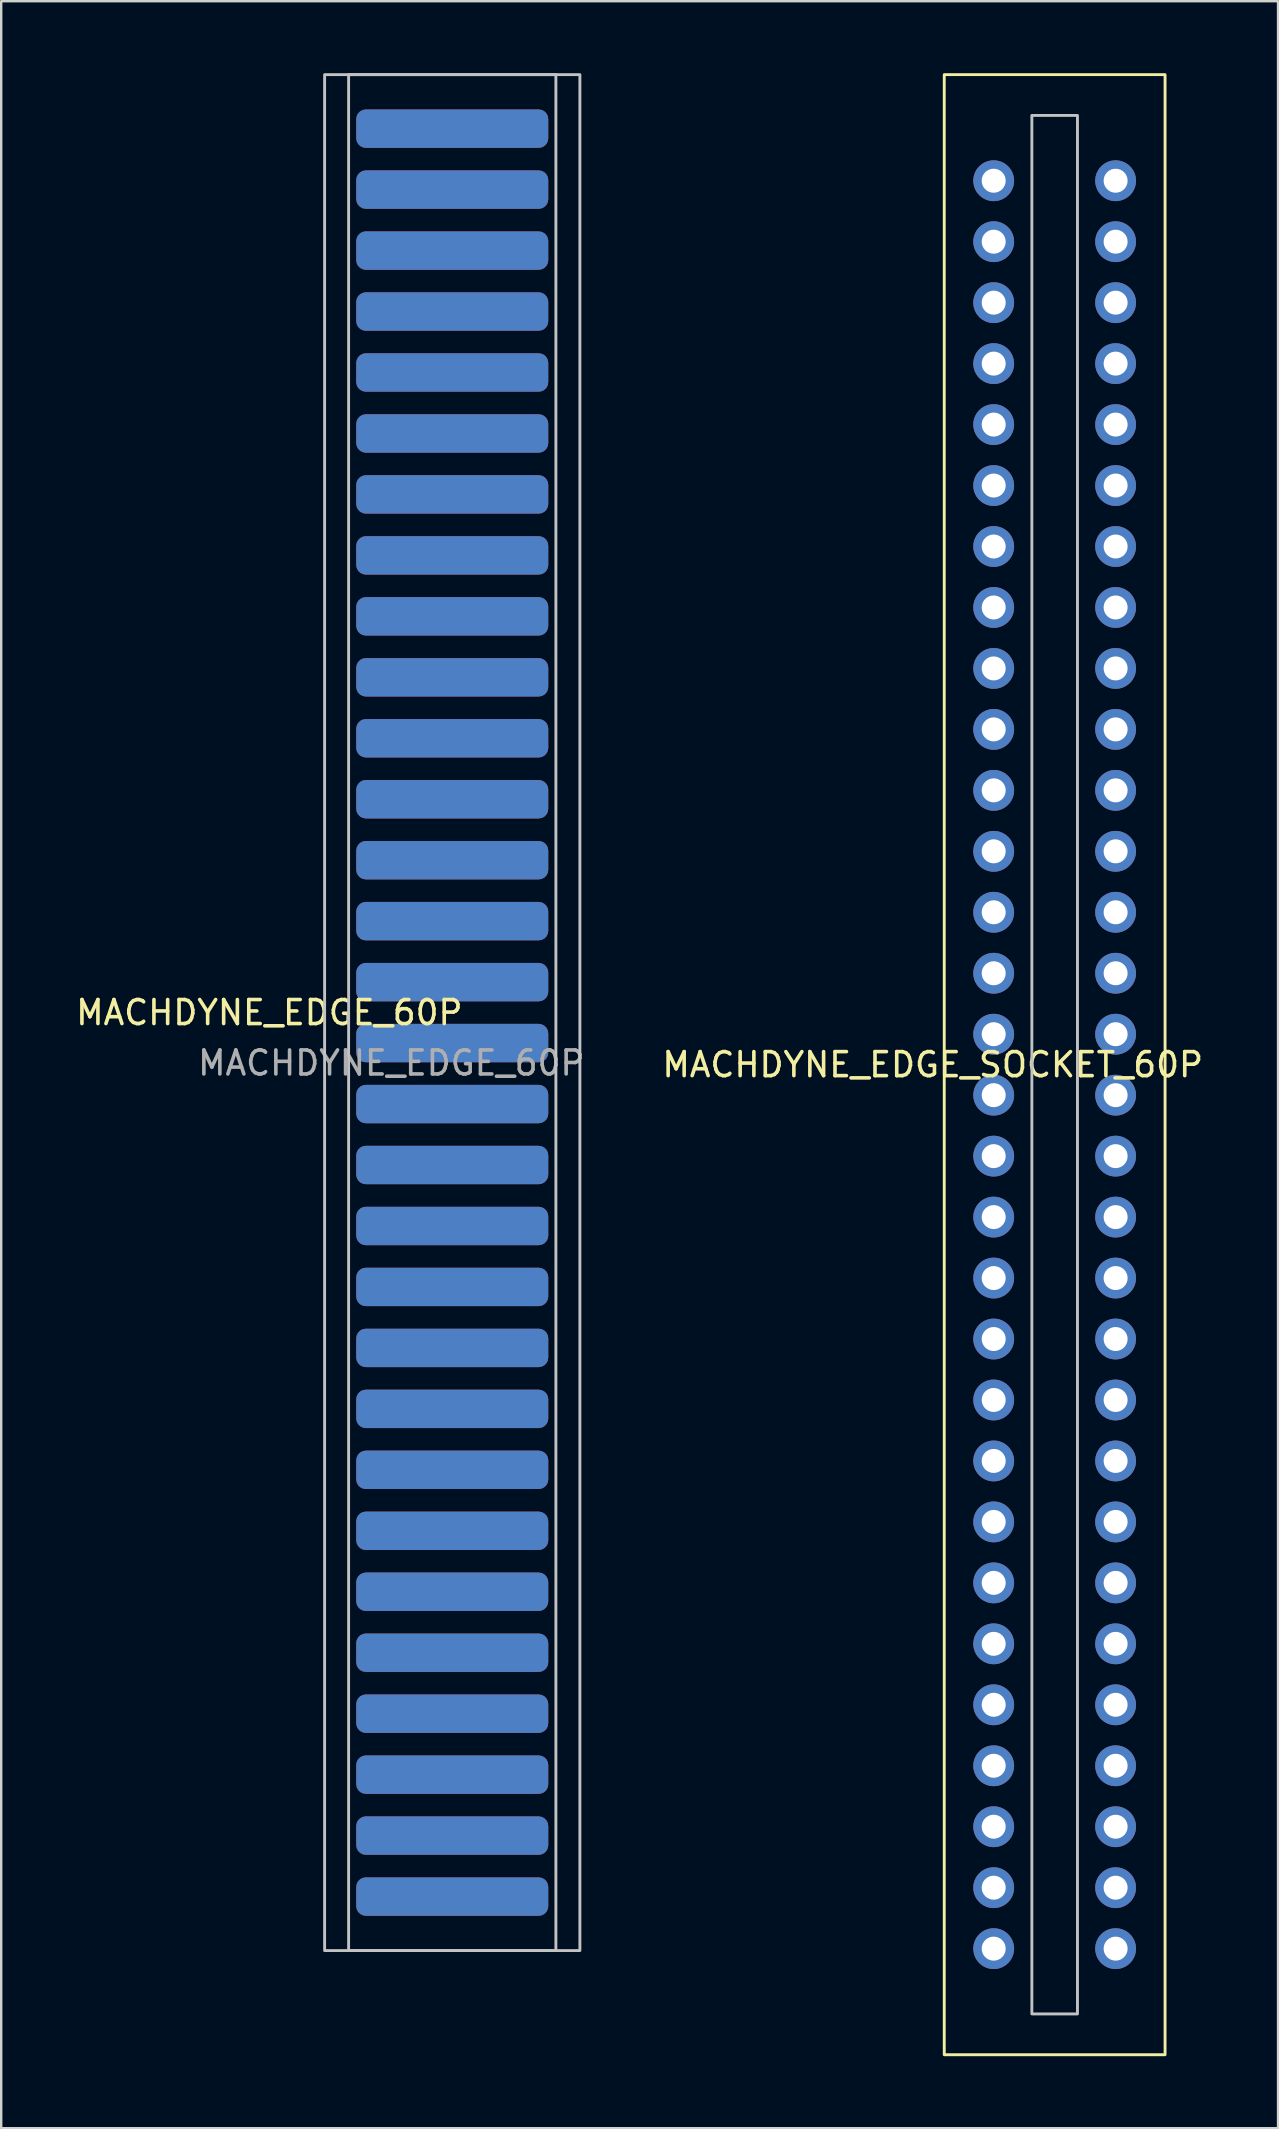
<source format=kicad_pcb>
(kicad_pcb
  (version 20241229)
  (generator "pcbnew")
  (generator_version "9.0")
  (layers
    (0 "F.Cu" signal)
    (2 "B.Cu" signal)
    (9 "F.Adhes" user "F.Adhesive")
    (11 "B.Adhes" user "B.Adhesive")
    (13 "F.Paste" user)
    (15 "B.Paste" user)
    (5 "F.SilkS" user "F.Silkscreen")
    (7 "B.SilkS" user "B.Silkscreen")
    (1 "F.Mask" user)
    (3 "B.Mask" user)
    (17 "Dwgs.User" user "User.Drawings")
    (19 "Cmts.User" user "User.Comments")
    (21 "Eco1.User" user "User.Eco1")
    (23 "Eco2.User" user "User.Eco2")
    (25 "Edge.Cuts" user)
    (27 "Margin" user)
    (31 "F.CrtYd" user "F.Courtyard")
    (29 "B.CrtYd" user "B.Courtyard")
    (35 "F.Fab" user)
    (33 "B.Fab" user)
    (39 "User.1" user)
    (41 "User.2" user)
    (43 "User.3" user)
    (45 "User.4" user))
  (footprint "MACHDYNE_EDGE_60P"
    (layer "F.Cu")
    (at 15.793 39.14)
    (property "Reference" "MACHDYNE_EDGE_60P" (at -7.62 0 0) (unlocked yes) (layer "F.SilkS") (effects (font (size 1 1) (thickness 0.15))))
    (attr smd)
    (fp_rect (start 4.318 -39.08) (end -4.318 39.08) (stroke (width 0.12) (type solid)) (fill no) (layer "Dwgs.User"))
    (fp_rect (start 5.318 -39.08) (end -5.318 39.08) (stroke (width 0.12) (type solid)) (fill no) (layer "Dwgs.User"))
    (fp_text user "${REFERENCE}" (at -2.54 2.1 0) (unlocked yes) (layer "F.Fab") (effects (font (size 1 1) (thickness 0.15))))
    (pad "1" smd roundrect (at 0 -36.83) (size 8 1.6) (layers "F.Cu" "F.Mask") (roundrect_rratio 0.25))
    (pad "2" smd roundrect (at 0 -36.83) (size 8 1.6) (layers "B.Cu" "B.Mask") (roundrect_rratio 0.25))
    (pad "3" smd roundrect (at 0 -34.29) (size 8 1.6) (layers "F.Cu" "F.Mask") (roundrect_rratio 0.25))
    (pad "4" smd roundrect (at 0 -34.29) (size 8 1.6) (layers "B.Cu" "B.Mask") (roundrect_rratio 0.25))
    (pad "5" smd roundrect (at 0 -31.75) (size 8 1.6) (layers "F.Cu" "F.Mask") (roundrect_rratio 0.25))
    (pad "6" smd roundrect (at 0 -31.75) (size 8 1.6) (layers "B.Cu" "B.Mask") (roundrect_rratio 0.25))
    (pad "7" smd roundrect (at 0 -29.21) (size 8 1.6) (layers "F.Cu" "F.Mask") (roundrect_rratio 0.25))
    (pad "8" smd roundrect (at 0 -29.21) (size 8 1.6) (layers "B.Cu" "B.Mask") (roundrect_rratio 0.25))
    (pad "9" smd roundrect (at 0 -26.67) (size 8 1.6) (layers "F.Cu" "F.Mask") (roundrect_rratio 0.25))
    (pad "10" smd roundrect (at 0 -26.67) (size 8 1.6) (layers "B.Cu" "B.Mask") (roundrect_rratio 0.25))
    (pad "11" smd roundrect (at 0 -24.13) (size 8 1.6) (layers "F.Cu" "F.Mask") (roundrect_rratio 0.25))
    (pad "12" smd roundrect (at 0 -24.13) (size 8 1.6) (layers "B.Cu" "B.Mask") (roundrect_rratio 0.25))
    (pad "13" smd roundrect (at 0 -21.59) (size 8 1.6) (layers "F.Cu" "F.Mask") (roundrect_rratio 0.25))
    (pad "14" smd roundrect (at 0 -21.59) (size 8 1.6) (layers "B.Cu" "B.Mask") (roundrect_rratio 0.25))
    (pad "15" smd roundrect (at 0 -19.05) (size 8 1.6) (layers "F.Cu" "F.Mask") (roundrect_rratio 0.25))
    (pad "16" smd roundrect (at 0 -19.05) (size 8 1.6) (layers "B.Cu" "B.Mask") (roundrect_rratio 0.25))
    (pad "17" smd roundrect (at 0 -16.51) (size 8 1.6) (layers "F.Cu" "F.Mask") (roundrect_rratio 0.25))
    (pad "18" smd roundrect (at 0 -16.51) (size 8 1.6) (layers "B.Cu" "B.Mask") (roundrect_rratio 0.25))
    (pad "19" smd roundrect (at 0 -13.97) (size 8 1.6) (layers "F.Cu" "F.Mask") (roundrect_rratio 0.25))
    (pad "20" smd roundrect (at 0 -13.97) (size 8 1.6) (layers "B.Cu" "B.Mask") (roundrect_rratio 0.25))
    (pad "21" smd roundrect (at 0 -11.43) (size 8 1.6) (layers "F.Cu" "F.Mask") (roundrect_rratio 0.25))
    (pad "22" smd roundrect (at 0 -11.43) (size 8 1.6) (layers "B.Cu" "B.Mask") (roundrect_rratio 0.25))
    (pad "23" smd roundrect (at 0 -8.89) (size 8 1.6) (layers "F.Cu" "F.Mask") (roundrect_rratio 0.25))
    (pad "24" smd roundrect (at 0 -8.89) (size 8 1.6) (layers "B.Cu" "B.Mask") (roundrect_rratio 0.25))
    (pad "25" smd roundrect (at 0 -6.35) (size 8 1.6) (layers "F.Cu" "F.Mask") (roundrect_rratio 0.25))
    (pad "26" smd roundrect (at 0 -6.35) (size 8 1.6) (layers "B.Cu" "B.Mask") (roundrect_rratio 0.25))
    (pad "27" smd roundrect (at 0 -3.81) (size 8 1.6) (layers "F.Cu" "F.Mask") (roundrect_rratio 0.25))
    (pad "28" smd roundrect (at 0 -3.81) (size 8 1.6) (layers "B.Cu" "B.Mask") (roundrect_rratio 0.25))
    (pad "29" smd roundrect (at 0 -1.27) (size 8 1.6) (layers "F.Cu" "F.Mask") (roundrect_rratio 0.25))
    (pad "30" smd roundrect (at 0 -1.27) (size 8 1.6) (layers "B.Cu" "B.Mask") (roundrect_rratio 0.25))
    (pad "31" smd roundrect (at 0 1.27) (size 8 1.6) (layers "F.Cu" "F.Mask") (roundrect_rratio 0.25))
    (pad "32" smd roundrect (at 0 1.27) (size 8 1.6) (layers "B.Cu" "B.Mask") (roundrect_rratio 0.25))
    (pad "33" smd roundrect (at 0 3.81) (size 8 1.6) (layers "F.Cu" "F.Mask") (roundrect_rratio 0.25))
    (pad "34" smd roundrect (at 0 3.81) (size 8 1.6) (layers "B.Cu" "B.Mask") (roundrect_rratio 0.25))
    (pad "35" smd roundrect (at 0 6.35) (size 8 1.6) (layers "F.Cu" "F.Mask") (roundrect_rratio 0.25))
    (pad "36" smd roundrect (at 0 6.35) (size 8 1.6) (layers "B.Cu" "B.Mask") (roundrect_rratio 0.25))
    (pad "37" smd roundrect (at 0 8.89) (size 8 1.6) (layers "F.Cu" "F.Mask") (roundrect_rratio 0.25))
    (pad "38" smd roundrect (at 0 8.89) (size 8 1.6) (layers "B.Cu" "B.Mask") (roundrect_rratio 0.25))
    (pad "39" smd roundrect (at 0 11.43) (size 8 1.6) (layers "F.Cu" "F.Mask") (roundrect_rratio 0.25))
    (pad "40" smd roundrect (at 0 11.43) (size 8 1.6) (layers "B.Cu" "B.Mask") (roundrect_rratio 0.25))
    (pad "41" smd roundrect (at 0 13.97) (size 8 1.6) (layers "F.Cu" "F.Mask") (roundrect_rratio 0.25))
    (pad "42" smd roundrect (at 0 13.97) (size 8 1.6) (layers "B.Cu" "B.Mask") (roundrect_rratio 0.25))
    (pad "43" smd roundrect (at 0 16.51) (size 8 1.6) (layers "F.Cu" "F.Mask") (roundrect_rratio 0.25))
    (pad "44" smd roundrect (at 0 16.51) (size 8 1.6) (layers "B.Cu" "B.Mask") (roundrect_rratio 0.25))
    (pad "45" smd roundrect (at 0 19.05) (size 8 1.6) (layers "F.Cu" "F.Mask") (roundrect_rratio 0.25))
    (pad "46" smd roundrect (at 0 19.05) (size 8 1.6) (layers "B.Cu" "B.Mask") (roundrect_rratio 0.25))
    (pad "47" smd roundrect (at 0 21.59) (size 8 1.6) (layers "F.Cu" "F.Mask") (roundrect_rratio 0.25))
    (pad "48" smd roundrect (at 0 21.59) (size 8 1.6) (layers "B.Cu" "B.Mask") (roundrect_rratio 0.25))
    (pad "49" smd roundrect (at 0 24.13) (size 8 1.6) (layers "F.Cu" "F.Mask") (roundrect_rratio 0.25))
    (pad "50" smd roundrect (at 0 24.13) (size 8 1.6) (layers "B.Cu" "B.Mask") (roundrect_rratio 0.25))
    (pad "51" smd roundrect (at 0 26.67) (size 8 1.6) (layers "F.Cu" "F.Mask") (roundrect_rratio 0.25))
    (pad "52" smd roundrect (at 0 26.67) (size 8 1.6) (layers "B.Cu" "B.Mask") (roundrect_rratio 0.25))
    (pad "53" smd roundrect (at 0 29.21) (size 8 1.6) (layers "F.Cu" "F.Mask") (roundrect_rratio 0.25))
    (pad "54" smd roundrect (at 0 29.21) (size 8 1.6) (layers "B.Cu" "B.Mask") (roundrect_rratio 0.25))
    (pad "55" smd roundrect (at 0 31.75) (size 8 1.6) (layers "F.Cu" "F.Mask") (roundrect_rratio 0.25))
    (pad "56" smd roundrect (at 0 31.75) (size 8 1.6) (layers "B.Cu" "B.Mask") (roundrect_rratio 0.25))
    (pad "57" smd roundrect (at 0 34.29) (size 8 1.6) (layers "F.Cu" "F.Mask") (roundrect_rratio 0.25))
    (pad "58" smd roundrect (at 0 34.29) (size 8 1.6) (layers "B.Cu" "B.Mask") (roundrect_rratio 0.25))
    (pad "59" smd roundrect (at 0 36.83) (size 8 1.6) (layers "F.Cu" "F.Mask") (roundrect_rratio 0.25))
    (pad "60" smd roundrect (at 0 36.83) (size 8 1.6) (layers "B.Cu" "B.Mask") (roundrect_rratio 0.25)))
  (footprint "MACHDYNE_EDGE_SOCKET_60P"
    (layer "F.Cu")
    (at 40.892 41.31)
    (property "Reference" "MACHDYNE_EDGE_SOCKET_60P" (at -5.08 0 0) (unlocked yes) (layer "F.SilkS") (effects (font (size 1 1) (thickness 0.15))))
    (attr smd)
    (fp_rect (start -4.6 -41.25) (end 4.6 41.25) (stroke (width 0.12) (type solid)) (fill no) (layer "F.SilkS"))
    (fp_rect (start -0.95 -39.55) (end 0.95 39.55) (stroke (width 0.12) (type solid)) (fill no) (layer "Dwgs.User"))
    (pad "1" thru_hole circle (at 2.54 -36.83) (size 1.7 1.7) (drill 1) (layers "*.Cu" "*.Mask"))
    (pad "2" thru_hole circle (at -2.54 -36.83) (size 1.7 1.7) (drill 1) (layers "*.Cu" "*.Mask"))
    (pad "3" thru_hole circle (at 2.54 -34.29) (size 1.7 1.7) (drill 1) (layers "*.Cu" "*.Mask"))
    (pad "4" thru_hole circle (at -2.54 -34.29) (size 1.7 1.7) (drill 1) (layers "*.Cu" "*.Mask"))
    (pad "5" thru_hole circle (at 2.54 -31.75) (size 1.7 1.7) (drill 1) (layers "*.Cu" "*.Mask"))
    (pad "6" thru_hole circle (at -2.54 -31.75) (size 1.7 1.7) (drill 1) (layers "*.Cu" "*.Mask"))
    (pad "7" thru_hole circle (at 2.54 -29.21) (size 1.7 1.7) (drill 1) (layers "*.Cu" "*.Mask"))
    (pad "8" thru_hole circle (at -2.54 -29.21) (size 1.7 1.7) (drill 1) (layers "*.Cu" "*.Mask"))
    (pad "9" thru_hole circle (at 2.54 -26.67) (size 1.7 1.7) (drill 1) (layers "*.Cu" "*.Mask"))
    (pad "10" thru_hole circle (at -2.54 -26.67) (size 1.7 1.7) (drill 1) (layers "*.Cu" "*.Mask"))
    (pad "11" thru_hole circle (at 2.54 -24.13) (size 1.7 1.7) (drill 1) (layers "*.Cu" "*.Mask"))
    (pad "12" thru_hole circle (at -2.54 -24.13) (size 1.7 1.7) (drill 1) (layers "*.Cu" "*.Mask"))
    (pad "13" thru_hole circle (at 2.54 -21.59) (size 1.7 1.7) (drill 1) (layers "*.Cu" "*.Mask"))
    (pad "14" thru_hole circle (at -2.54 -21.59) (size 1.7 1.7) (drill 1) (layers "*.Cu" "*.Mask"))
    (pad "15" thru_hole circle (at 2.54 -19.05) (size 1.7 1.7) (drill 1) (layers "*.Cu" "*.Mask"))
    (pad "16" thru_hole circle (at -2.54 -19.05) (size 1.7 1.7) (drill 1) (layers "*.Cu" "*.Mask"))
    (pad "17" thru_hole circle (at 2.54 -16.51) (size 1.7 1.7) (drill 1) (layers "*.Cu" "*.Mask"))
    (pad "18" thru_hole circle (at -2.54 -16.51) (size 1.7 1.7) (drill 1) (layers "*.Cu" "*.Mask"))
    (pad "19" thru_hole circle (at 2.54 -13.97) (size 1.7 1.7) (drill 1) (layers "*.Cu" "*.Mask"))
    (pad "20" thru_hole circle (at -2.54 -13.97) (size 1.7 1.7) (drill 1) (layers "*.Cu" "*.Mask"))
    (pad "21" thru_hole circle (at 2.54 -11.43) (size 1.7 1.7) (drill 1) (layers "*.Cu" "*.Mask"))
    (pad "22" thru_hole circle (at -2.54 -11.43) (size 1.7 1.7) (drill 1) (layers "*.Cu" "*.Mask"))
    (pad "23" thru_hole circle (at 2.54 -8.89) (size 1.7 1.7) (drill 1) (layers "*.Cu" "*.Mask"))
    (pad "24" thru_hole circle (at -2.54 -8.89) (size 1.7 1.7) (drill 1) (layers "*.Cu" "*.Mask"))
    (pad "25" thru_hole circle (at 2.54 -6.35) (size 1.7 1.7) (drill 1) (layers "*.Cu" "*.Mask"))
    (pad "26" thru_hole circle (at -2.54 -6.35) (size 1.7 1.7) (drill 1) (layers "*.Cu" "*.Mask"))
    (pad "27" thru_hole circle (at 2.54 -3.81) (size 1.7 1.7) (drill 1) (layers "*.Cu" "*.Mask"))
    (pad "28" thru_hole circle (at -2.54 -3.81) (size 1.7 1.7) (drill 1) (layers "*.Cu" "*.Mask"))
    (pad "29" thru_hole circle (at 2.54 -1.27) (size 1.7 1.7) (drill 1) (layers "*.Cu" "*.Mask"))
    (pad "30" thru_hole circle (at -2.54 -1.27) (size 1.7 1.7) (drill 1) (layers "*.Cu" "*.Mask"))
    (pad "31" thru_hole circle (at 2.54 1.27) (size 1.7 1.7) (drill 1) (layers "*.Cu" "*.Mask"))
    (pad "32" thru_hole circle (at -2.54 1.27) (size 1.7 1.7) (drill 1) (layers "*.Cu" "*.Mask"))
    (pad "33" thru_hole circle (at 2.54 3.81) (size 1.7 1.7) (drill 1) (layers "*.Cu" "*.Mask"))
    (pad "34" thru_hole circle (at -2.54 3.81) (size 1.7 1.7) (drill 1) (layers "*.Cu" "*.Mask"))
    (pad "35" thru_hole circle (at 2.54 6.35) (size 1.7 1.7) (drill 1) (layers "*.Cu" "*.Mask"))
    (pad "36" thru_hole circle (at -2.54 6.35) (size 1.7 1.7) (drill 1) (layers "*.Cu" "*.Mask"))
    (pad "37" thru_hole circle (at 2.54 8.89) (size 1.7 1.7) (drill 1) (layers "*.Cu" "*.Mask"))
    (pad "38" thru_hole circle (at -2.54 8.89) (size 1.7 1.7) (drill 1) (layers "*.Cu" "*.Mask"))
    (pad "39" thru_hole circle (at 2.54 11.43) (size 1.7 1.7) (drill 1) (layers "*.Cu" "*.Mask"))
    (pad "40" thru_hole circle (at -2.54 11.43) (size 1.7 1.7) (drill 1) (layers "*.Cu" "*.Mask"))
    (pad "41" thru_hole circle (at 2.54 13.97) (size 1.7 1.7) (drill 1) (layers "*.Cu" "*.Mask"))
    (pad "42" thru_hole circle (at -2.54 13.97) (size 1.7 1.7) (drill 1) (layers "*.Cu" "*.Mask"))
    (pad "43" thru_hole circle (at 2.54 16.51) (size 1.7 1.7) (drill 1) (layers "*.Cu" "*.Mask"))
    (pad "44" thru_hole circle (at -2.54 16.51) (size 1.7 1.7) (drill 1) (layers "*.Cu" "*.Mask"))
    (pad "45" thru_hole circle (at 2.54 19.05) (size 1.7 1.7) (drill 1) (layers "*.Cu" "*.Mask"))
    (pad "46" thru_hole circle (at -2.54 19.05) (size 1.7 1.7) (drill 1) (layers "*.Cu" "*.Mask"))
    (pad "47" thru_hole circle (at 2.54 21.59) (size 1.7 1.7) (drill 1) (layers "*.Cu" "*.Mask"))
    (pad "48" thru_hole circle (at -2.54 21.59) (size 1.7 1.7) (drill 1) (layers "*.Cu" "*.Mask"))
    (pad "49" thru_hole circle (at 2.54 24.13) (size 1.7 1.7) (drill 1) (layers "*.Cu" "*.Mask"))
    (pad "50" thru_hole circle (at -2.54 24.13) (size 1.7 1.7) (drill 1) (layers "*.Cu" "*.Mask"))
    (pad "51" thru_hole circle (at 2.54 26.67) (size 1.7 1.7) (drill 1) (layers "*.Cu" "*.Mask"))
    (pad "52" thru_hole circle (at -2.54 26.67) (size 1.7 1.7) (drill 1) (layers "*.Cu" "*.Mask"))
    (pad "53" thru_hole circle (at 2.54 29.21) (size 1.7 1.7) (drill 1) (layers "*.Cu" "*.Mask"))
    (pad "54" thru_hole circle (at -2.54 29.21) (size 1.7 1.7) (drill 1) (layers "*.Cu" "*.Mask"))
    (pad "55" thru_hole circle (at 2.54 31.75) (size 1.7 1.7) (drill 1) (layers "*.Cu" "*.Mask"))
    (pad "56" thru_hole circle (at -2.54 31.75) (size 1.7 1.7) (drill 1) (layers "*.Cu" "*.Mask"))
    (pad "57" thru_hole circle (at 2.54 34.29) (size 1.7 1.7) (drill 1) (layers "*.Cu" "*.Mask"))
    (pad "58" thru_hole circle (at -2.54 34.29) (size 1.7 1.7) (drill 1) (layers "*.Cu" "*.Mask"))
    (pad "59" thru_hole circle (at 2.54 36.83) (size 1.7 1.7) (drill 1) (layers "*.Cu" "*.Mask"))
    (pad "60" thru_hole circle (at -2.54 36.83) (size 1.7 1.7) (drill 1) (layers "*.Cu" "*.Mask")))
  (gr_rect
    (start -3 -3)
    (end 50.199 85.62)
    (stroke (width 0.1) (type default))
    (fill no)
    (layer "Edge.Cuts")))
</source>
